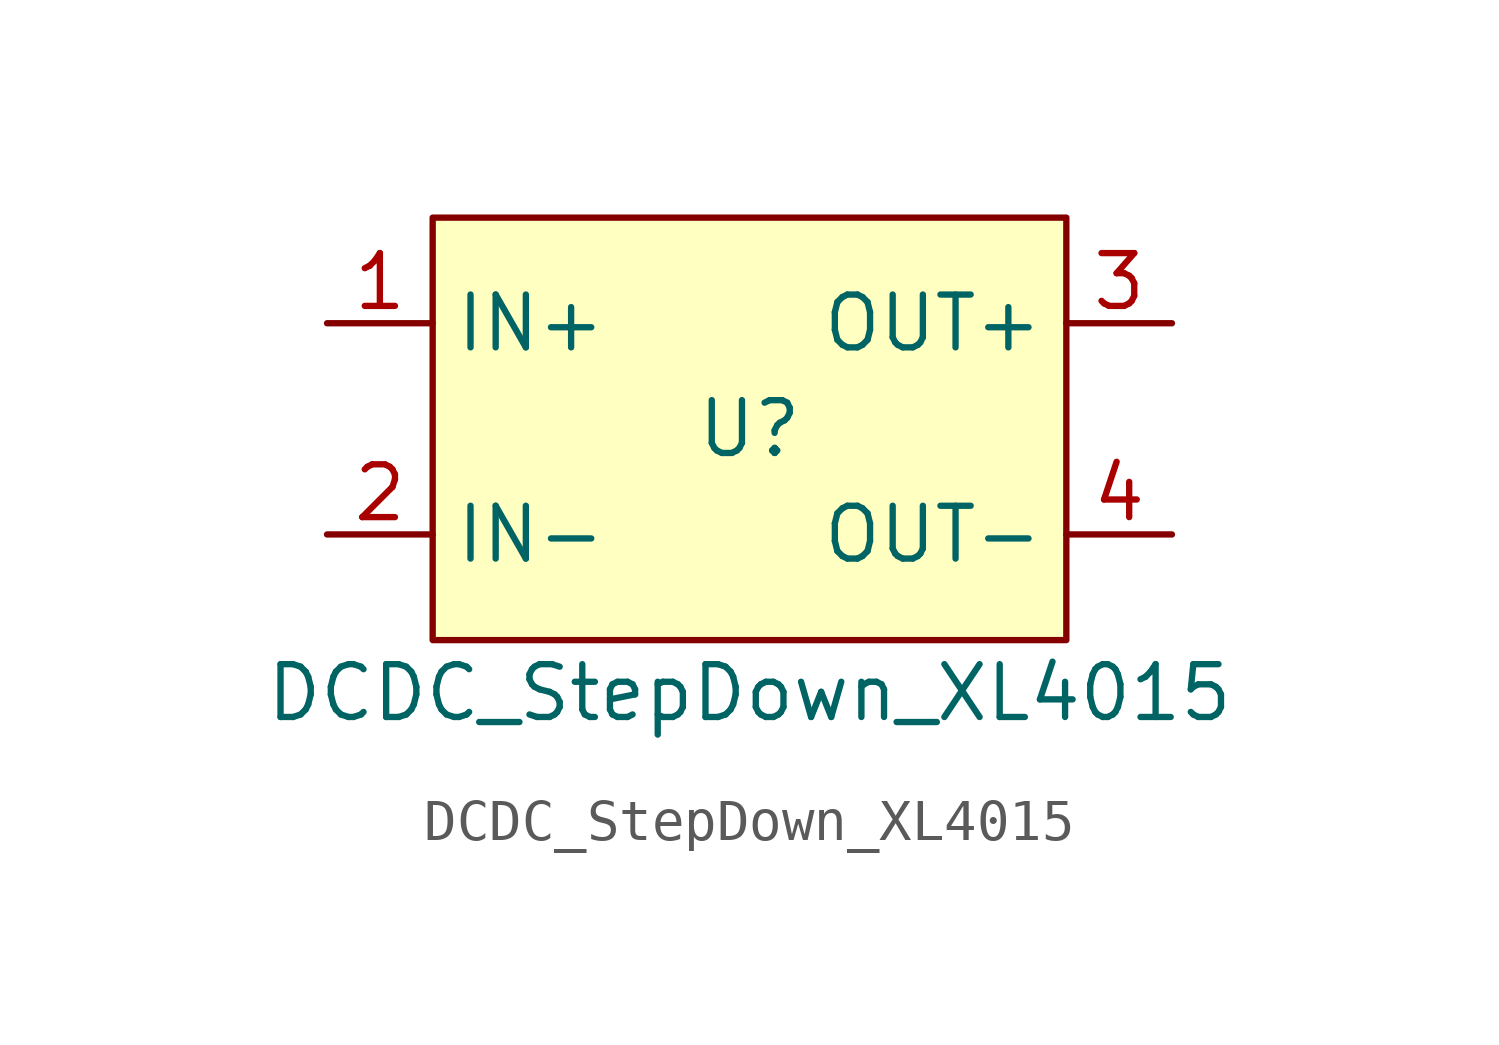
<source format=kicad_sym>
(kicad_symbol_lib
  (version 20220914)
  (generator kicad_symbol_editor)
  (symbol "DCDC_StepDown_XL4015"
    (property "Reference" "U"
      (at 7.62 -5.08 0)
      (effects (font (size 1.27 1.27))))
    (property "Value" "DCDC_StepDown_XL4015"
      (at 7.62 -11.43 0)
      (effects (font (size 1.27 1.27))))
    (symbol "DCDC_StepDown_XL4015_1_1"
      (rectangle (start 0 0) (end 15.24 -10.16) (stroke (width 0) (type default)) (fill (type background)))
      (pin input line (at -2.54 -2.54 0) (length 2.54) (name "IN+" (effects (font (size 1.27 1.27)))) (number "1" (effects (font (size 1.27 1.27)))))
      (pin input line (at -2.54 -7.62 0) (length 2.54) (name "IN-" (effects (font (size 1.27 1.27)))) (number "2" (effects (font (size 1.27 1.27)))))
      (pin output line (at 17.78 -2.54 180) (length 2.54) (name "OUT+" (effects (font (size 1.27 1.27)))) (number "3" (effects (font (size 1.27 1.27)))))
      (pin output line (at 17.78 -7.62 180) (length 2.54) (name "OUT-" (effects (font (size 1.27 1.27)))) (number "4" (effects (font (size 1.27 1.27))))))))
</source>
